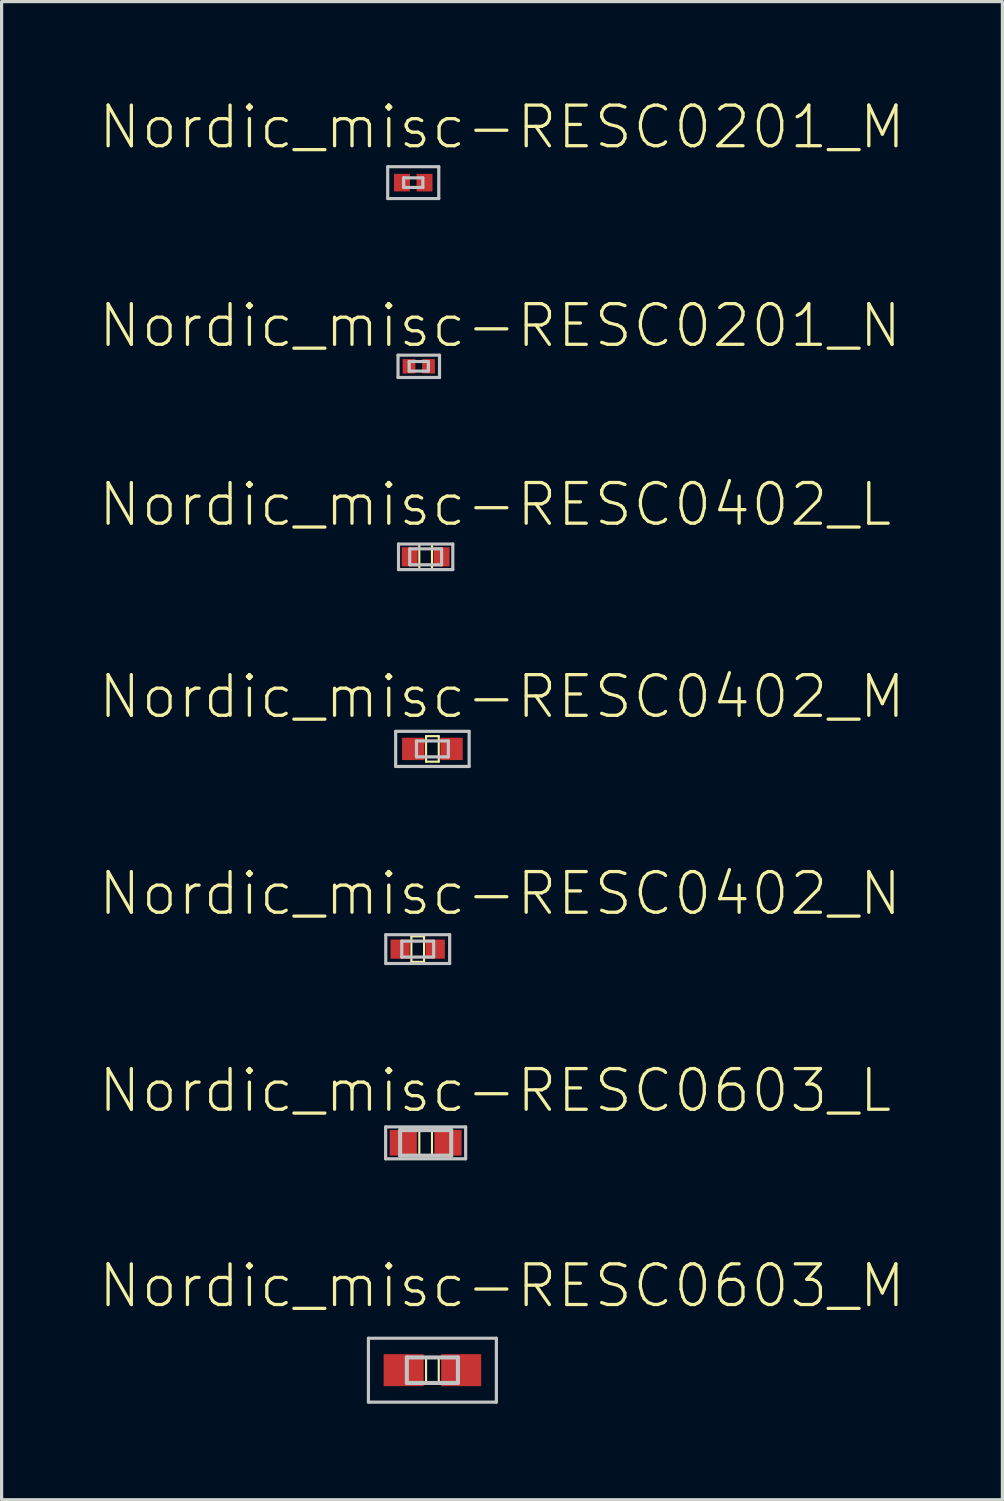
<source format=kicad_pcb>
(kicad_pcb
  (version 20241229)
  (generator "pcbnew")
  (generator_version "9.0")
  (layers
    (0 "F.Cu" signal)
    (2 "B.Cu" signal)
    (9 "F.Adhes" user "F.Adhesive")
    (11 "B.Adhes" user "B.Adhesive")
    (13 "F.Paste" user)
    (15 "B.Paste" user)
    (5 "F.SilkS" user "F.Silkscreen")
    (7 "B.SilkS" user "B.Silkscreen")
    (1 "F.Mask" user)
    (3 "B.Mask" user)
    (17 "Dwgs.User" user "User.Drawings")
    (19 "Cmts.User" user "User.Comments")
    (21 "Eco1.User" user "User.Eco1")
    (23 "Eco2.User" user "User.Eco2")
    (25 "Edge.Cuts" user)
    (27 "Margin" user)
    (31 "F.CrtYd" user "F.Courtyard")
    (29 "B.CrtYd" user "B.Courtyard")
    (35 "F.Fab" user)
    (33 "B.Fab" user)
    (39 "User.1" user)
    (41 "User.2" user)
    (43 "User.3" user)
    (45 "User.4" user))
  (footprint "Nordic_misc-RESC0603_M"
    (layer "F.Cu")
    (at 10.46 39.76)
    (property "Reference" "Nordic_misc-RESC0603_M" (at 2.174 -2.634 0) (layer "F.SilkS") (effects (font (size 1.27 1.27) (thickness 0.102))))
    (attr smd)
    (fp_line (start -0.198 -0.399) (end 0.198 -0.399) (stroke (width 0.066) (type solid)) (layer "F.SilkS"))
    (fp_line (start -0.198 0.399) (end -0.198 -0.399) (stroke (width 0.066) (type solid)) (layer "F.SilkS"))
    (fp_line (start -0.198 0.399) (end 0.198 0.399) (stroke (width 0.066) (type solid)) (layer "F.SilkS"))
    (fp_line (start 0.198 0.399) (end 0.198 -0.399) (stroke (width 0.066) (type solid)) (layer "F.SilkS"))
    (fp_line (start -1.999 -0.998) (end -1.999 0.998) (stroke (width 0.099) (type solid)) (layer "Dwgs.User"))
    (fp_line (start -1.999 0.998) (end 1.999 0.998) (stroke (width 0.099) (type solid)) (layer "Dwgs.User"))
    (fp_line (start -0.798 -0.399) (end 0.798 -0.399) (stroke (width 0.127) (type solid)) (layer "Dwgs.User"))
    (fp_line (start -0.798 0.399) (end -0.798 -0.399) (stroke (width 0.127) (type solid)) (layer "Dwgs.User"))
    (fp_line (start 0.798 -0.399) (end 0.798 0.399) (stroke (width 0.127) (type solid)) (layer "Dwgs.User"))
    (fp_line (start 0.798 0.399) (end -0.798 0.399) (stroke (width 0.127) (type solid)) (layer "Dwgs.User"))
    (fp_line (start 1.999 -0.998) (end -1.999 -0.998) (stroke (width 0.099) (type solid)) (layer "Dwgs.User"))
    (fp_line (start 1.999 0.998) (end 1.999 -0.998) (stroke (width 0.099) (type solid)) (layer "Dwgs.User"))
    (pad "1" smd rect (at -0.899 0) (size 1.25 0.998) (layers "F.Cu" "F.Mask" "F.Paste"))
    (pad "2" smd rect (at 0.899 0) (size 1.25 0.998) (layers "F.Cu" "F.Mask" "F.Paste")))
  (footprint "Nordic_misc-RESC0402_N"
    (layer "F.Cu")
    (at 10.001 26.604)
    (property "Reference" "Nordic_misc-RESC0402_N" (at 2.573 -1.735 0) (layer "F.SilkS") (effects (font (size 1.27 1.27) (thickness 0.102))))
    (attr smd)
    (fp_line (start -0.198 -0.399) (end 0.198 -0.399) (stroke (width 0.066) (type solid)) (layer "F.SilkS"))
    (fp_line (start -0.198 0.399) (end -0.198 -0.399) (stroke (width 0.066) (type solid)) (layer "F.SilkS"))
    (fp_line (start -0.198 0.399) (end 0.198 0.399) (stroke (width 0.066) (type solid)) (layer "F.SilkS"))
    (fp_line (start 0.198 0.399) (end 0.198 -0.399) (stroke (width 0.066) (type solid)) (layer "F.SilkS"))
    (fp_line (start -0.998 -0.45) (end -0.998 0.45) (stroke (width 0.099) (type solid)) (layer "Dwgs.User"))
    (fp_line (start -0.998 0.45) (end 0.998 0.45) (stroke (width 0.099) (type solid)) (layer "Dwgs.User"))
    (fp_line (start -0.498 -0.249) (end 0.498 -0.249) (stroke (width 0.099) (type solid)) (layer "Dwgs.User"))
    (fp_line (start -0.498 0.249) (end -0.498 -0.249) (stroke (width 0.099) (type solid)) (layer "Dwgs.User"))
    (fp_line (start 0.498 -0.249) (end 0.498 0.249) (stroke (width 0.099) (type solid)) (layer "Dwgs.User"))
    (fp_line (start 0.498 0.249) (end -0.498 0.249) (stroke (width 0.099) (type solid)) (layer "Dwgs.User"))
    (fp_line (start 0.998 -0.45) (end -0.998 -0.45) (stroke (width 0.099) (type solid)) (layer "Dwgs.User"))
    (fp_line (start 0.998 0.45) (end 0.998 -0.45) (stroke (width 0.099) (type solid)) (layer "Dwgs.User"))
    (pad "1" smd rect (at -0.549 0) (size 0.599 0.599) (layers "F.Cu" "F.Mask" "F.Paste"))
    (pad "2" smd rect (at 0.549 0) (size 0.599 0.599) (layers "F.Cu" "F.Mask" "F.Paste")))
  (footprint "Nordic_misc-RESC0402_L"
    (layer "F.Cu")
    (at 10.249 14.347)
    (property "Reference" "Nordic_misc-RESC0402_L" (at 2.174 -1.633 0) (layer "F.SilkS") (effects (font (size 1.27 1.27) (thickness 0.102))))
    (attr smd)
    (fp_line (start -0.198 -0.399) (end 0.198 -0.399) (stroke (width 0.066) (type solid)) (layer "F.SilkS"))
    (fp_line (start -0.198 0.399) (end -0.198 -0.399) (stroke (width 0.066) (type solid)) (layer "F.SilkS"))
    (fp_line (start -0.198 0.399) (end 0.198 0.399) (stroke (width 0.066) (type solid)) (layer "F.SilkS"))
    (fp_line (start 0.198 0.399) (end 0.198 -0.399) (stroke (width 0.066) (type solid)) (layer "F.SilkS"))
    (fp_line (start -0.848 -0.399) (end -0.848 0.399) (stroke (width 0.099) (type solid)) (layer "Dwgs.User"))
    (fp_line (start -0.848 0.399) (end 0.848 0.399) (stroke (width 0.099) (type solid)) (layer "Dwgs.User"))
    (fp_line (start -0.498 -0.249) (end 0.498 -0.249) (stroke (width 0.099) (type solid)) (layer "Dwgs.User"))
    (fp_line (start -0.498 0.249) (end -0.498 -0.249) (stroke (width 0.099) (type solid)) (layer "Dwgs.User"))
    (fp_line (start 0.498 -0.249) (end 0.498 0.249) (stroke (width 0.099) (type solid)) (layer "Dwgs.User"))
    (fp_line (start 0.498 0.249) (end -0.498 0.249) (stroke (width 0.099) (type solid)) (layer "Dwgs.User"))
    (fp_line (start 0.848 -0.399) (end -0.848 -0.399) (stroke (width 0.099) (type solid)) (layer "Dwgs.User"))
    (fp_line (start 0.848 0.399) (end 0.848 -0.399) (stroke (width 0.099) (type solid)) (layer "Dwgs.User"))
    (pad "1" smd rect (at -0.498 0) (size 0.498 0.599) (layers "F.Cu" "F.Mask" "F.Paste"))
    (pad "2" smd rect (at 0.498 0) (size 0.498 0.599) (layers "F.Cu" "F.Mask" "F.Paste")))
  (footprint "Nordic_misc-RESC0201_M"
    (layer "F.Cu")
    (at 9.861 2.656)
    (property "Reference" "Nordic_misc-RESC0201_M" (at 2.774 -1.735 0) (layer "F.SilkS") (effects (font (size 1.27 1.27) (thickness 0.102))))
    (attr smd)
    (fp_line (start -0.798 -0.498) (end -0.798 0.498) (stroke (width 0.099) (type solid)) (layer "Dwgs.User"))
    (fp_line (start -0.798 0.498) (end 0.798 0.498) (stroke (width 0.099) (type solid)) (layer "Dwgs.User"))
    (fp_line (start -0.3 -0.15) (end -0.3 0.15) (stroke (width 0.099) (type solid)) (layer "Dwgs.User"))
    (fp_line (start -0.3 0.15) (end 0.3 0.15) (stroke (width 0.099) (type solid)) (layer "Dwgs.User"))
    (fp_line (start 0.3 -0.15) (end -0.3 -0.15) (stroke (width 0.099) (type solid)) (layer "Dwgs.User"))
    (fp_line (start 0.3 0.15) (end 0.3 -0.15) (stroke (width 0.099) (type solid)) (layer "Dwgs.User"))
    (fp_line (start 0.798 -0.498) (end -0.798 -0.498) (stroke (width 0.099) (type solid)) (layer "Dwgs.User"))
    (fp_line (start 0.798 0.498) (end 0.798 -0.498) (stroke (width 0.099) (type solid)) (layer "Dwgs.User"))
    (pad "1" smd rect (at -0.353 0) (size 0.498 0.549) (layers "F.Cu" "F.Mask" "F.Paste"))
    (pad "2" smd rect (at 0.353 0) (size 0.498 0.549) (layers "F.Cu" "F.Mask" "F.Paste")))
  (footprint "Nordic_misc-RESC0603_L"
    (layer "F.Cu")
    (at 10.249 32.657)
    (property "Reference" "Nordic_misc-RESC0603_L" (at 2.174 -1.633 0) (layer "F.SilkS") (effects (font (size 1.27 1.27) (thickness 0.102))))
    (attr smd)
    (fp_line (start -0.198 -0.399) (end 0.198 -0.399) (stroke (width 0.066) (type solid)) (layer "F.SilkS"))
    (fp_line (start -0.198 0.399) (end -0.198 -0.399) (stroke (width 0.066) (type solid)) (layer "F.SilkS"))
    (fp_line (start -0.198 0.399) (end 0.198 0.399) (stroke (width 0.066) (type solid)) (layer "F.SilkS"))
    (fp_line (start 0.198 0.399) (end 0.198 -0.399) (stroke (width 0.066) (type solid)) (layer "F.SilkS"))
    (fp_line (start -1.25 -0.498) (end -1.25 0.498) (stroke (width 0.099) (type solid)) (layer "Dwgs.User"))
    (fp_line (start -1.25 0.498) (end 1.25 0.498) (stroke (width 0.099) (type solid)) (layer "Dwgs.User"))
    (fp_line (start -0.798 -0.399) (end 0.798 -0.399) (stroke (width 0.127) (type solid)) (layer "Dwgs.User"))
    (fp_line (start -0.798 0.399) (end -0.798 -0.399) (stroke (width 0.127) (type solid)) (layer "Dwgs.User"))
    (fp_line (start 0.798 -0.399) (end 0.798 0.399) (stroke (width 0.127) (type solid)) (layer "Dwgs.User"))
    (fp_line (start 0.798 0.399) (end -0.798 0.399) (stroke (width 0.127) (type solid)) (layer "Dwgs.User"))
    (fp_line (start 1.25 -0.498) (end -1.25 -0.498) (stroke (width 0.099) (type solid)) (layer "Dwgs.User"))
    (fp_line (start 1.25 0.498) (end 1.25 -0.498) (stroke (width 0.099) (type solid)) (layer "Dwgs.User"))
    (pad "1" smd rect (at -0.699 0) (size 0.848 0.798) (layers "F.Cu" "F.Mask" "F.Paste"))
    (pad "2" smd rect (at 0.699 0) (size 0.848 0.798) (layers "F.Cu" "F.Mask" "F.Paste")))
  (footprint "Nordic_misc-RESC0402_M"
    (layer "F.Cu")
    (at 10.46 20.349)
    (property "Reference" "Nordic_misc-RESC0402_M" (at 2.174 -1.633 0) (layer "F.SilkS") (effects (font (size 1.27 1.27) (thickness 0.102))))
    (attr smd)
    (fp_line (start -0.198 -0.399) (end 0.198 -0.399) (stroke (width 0.066) (type solid)) (layer "F.SilkS"))
    (fp_line (start -0.198 0.399) (end -0.198 -0.399) (stroke (width 0.066) (type solid)) (layer "F.SilkS"))
    (fp_line (start -0.198 0.399) (end 0.198 0.399) (stroke (width 0.066) (type solid)) (layer "F.SilkS"))
    (fp_line (start 0.198 0.399) (end 0.198 -0.399) (stroke (width 0.066) (type solid)) (layer "F.SilkS"))
    (fp_line (start -1.148 -0.549) (end -1.148 0.549) (stroke (width 0.099) (type solid)) (layer "Dwgs.User"))
    (fp_line (start -1.148 0.549) (end 1.148 0.549) (stroke (width 0.099) (type solid)) (layer "Dwgs.User"))
    (fp_line (start -0.498 -0.249) (end 0.498 -0.249) (stroke (width 0.099) (type solid)) (layer "Dwgs.User"))
    (fp_line (start -0.498 0.249) (end -0.498 -0.249) (stroke (width 0.099) (type solid)) (layer "Dwgs.User"))
    (fp_line (start 0.498 -0.249) (end 0.498 0.249) (stroke (width 0.099) (type solid)) (layer "Dwgs.User"))
    (fp_line (start 0.498 0.249) (end -0.498 0.249) (stroke (width 0.099) (type solid)) (layer "Dwgs.User"))
    (fp_line (start 1.148 -0.549) (end -1.148 -0.549) (stroke (width 0.099) (type solid)) (layer "Dwgs.User"))
    (fp_line (start 1.148 0.549) (end 1.148 -0.549) (stroke (width 0.099) (type solid)) (layer "Dwgs.User"))
    (pad "1" smd rect (at -0.599 0) (size 0.699 0.699) (layers "F.Cu" "F.Mask" "F.Paste"))
    (pad "2" smd rect (at 0.599 0) (size 0.699 0.699) (layers "F.Cu" "F.Mask" "F.Paste")))
  (footprint "Nordic_misc-RESC0201_N"
    (layer "F.Cu")
    (at 10.034 8.395)
    (property "Reference" "Nordic_misc-RESC0201_N" (at 2.54 -1.27 0) (layer "F.SilkS") (effects (font (size 1.27 1.27) (thickness 0.102))))
    (attr smd)
    (fp_line (start -0.648 -0.348) (end -0.648 0.348) (stroke (width 0.099) (type solid)) (layer "Dwgs.User"))
    (fp_line (start -0.648 0.348) (end 0.648 0.348) (stroke (width 0.099) (type solid)) (layer "Dwgs.User"))
    (fp_line (start -0.3 -0.15) (end -0.3 0.15) (stroke (width 0.099) (type solid)) (layer "Dwgs.User"))
    (fp_line (start -0.3 0.15) (end 0.3 0.15) (stroke (width 0.099) (type solid)) (layer "Dwgs.User"))
    (fp_line (start 0.3 -0.15) (end -0.3 -0.15) (stroke (width 0.099) (type solid)) (layer "Dwgs.User"))
    (fp_line (start 0.3 0.15) (end 0.3 -0.15) (stroke (width 0.099) (type solid)) (layer "Dwgs.User"))
    (fp_line (start 0.648 -0.348) (end -0.648 -0.348) (stroke (width 0.099) (type solid)) (layer "Dwgs.User"))
    (fp_line (start 0.648 0.348) (end 0.648 -0.348) (stroke (width 0.099) (type solid)) (layer "Dwgs.User"))
    (pad "1" smd rect (at -0.305 0) (size 0.399 0.45) (layers "F.Cu" "F.Mask" "F.Paste"))
    (pad "2" smd rect (at 0.305 0) (size 0.399 0.45) (layers "F.Cu" "F.Mask" "F.Paste")))
  (gr_rect
    (start -3 -3)
    (end 28.269 43.808)
    (stroke (width 0.1) (type default))
    (fill no)
    (layer "Edge.Cuts")))
</source>
